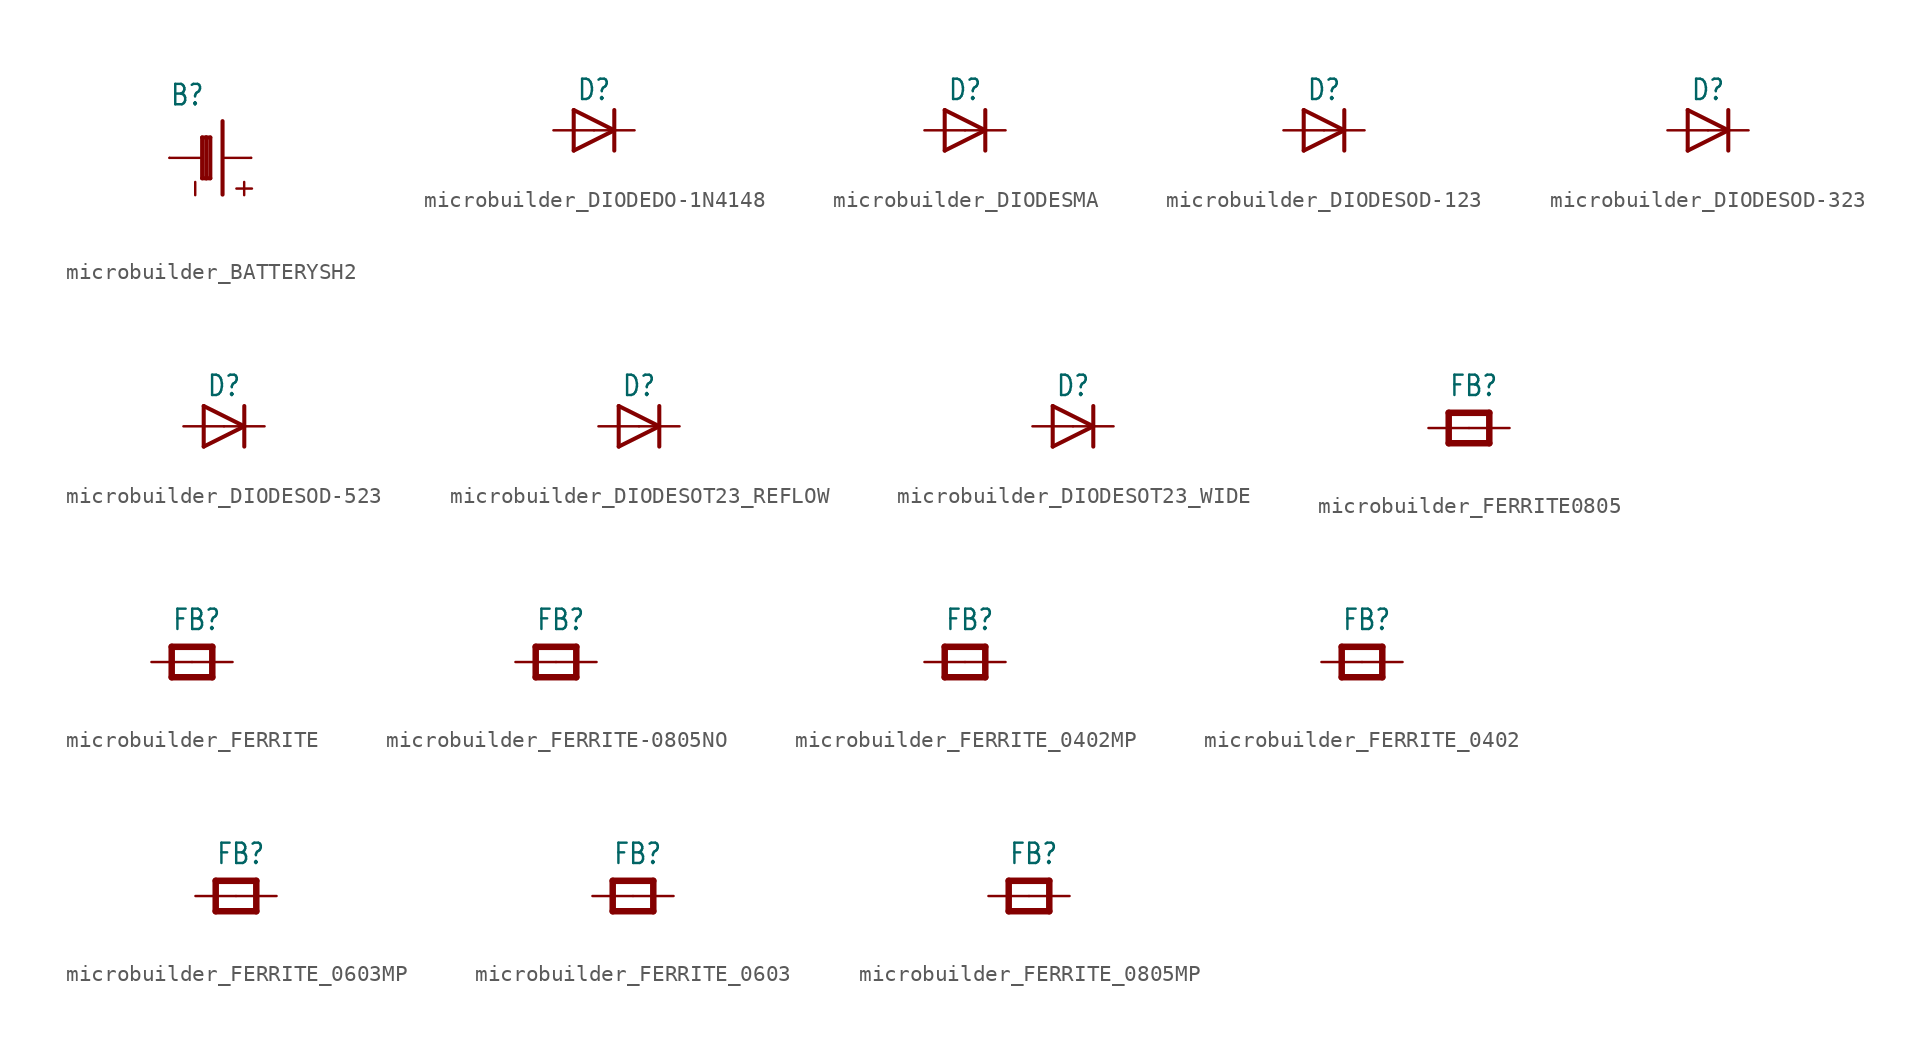
<source format=kicad_sym>
(kicad_symbol_lib
  (version 20241209)
  (generator "kicad_symbol_editor")
  (generator_version "9.0")
  (symbol "microbuilder_BATTERYSH2"
    (property "Reference" "B"
      (at -2.54 3.175 0)
      (effects (font (size 1.27 1.079)) (justify left bottom)))
    (property "Value" ""
      (at -2.54 -5.08 0)
      (effects (font (size 1.27 1.079)) (justify left bottom)))
    (property "ki_locked" ""
      (at 0 0 0)
      (effects (font (size 1.27 1.27))))
    (symbol "microbuilder_BATTERYSH2_1_0"
      (polyline (pts (xy -2.54 0) (xy -0.635 0)) (stroke (width 0.152) (type solid)) (fill (type none)))
      (polyline (pts (xy -0.508 1.27) (xy -0.254 1.27)) (stroke (width 0.254) (type solid)) (fill (type none)))
      (polyline (pts (xy -0.508 -1.27) (xy -0.508 1.27)) (stroke (width 0.254) (type solid)) (fill (type none)))
      (polyline (pts (xy -0.254 1.27) (xy -0.254 -1.27)) (stroke (width 0.254) (type solid)) (fill (type none)))
      (polyline (pts (xy -0.254 1.27) (xy 0 1.27)) (stroke (width 0.254) (type solid)) (fill (type none)))
      (polyline (pts (xy -0.254 -1.27) (xy -0.508 -1.27)) (stroke (width 0.254) (type solid)) (fill (type none)))
      (polyline (pts (xy 0 1.27) (xy 0 -1.27)) (stroke (width 0.254) (type solid)) (fill (type none)))
      (polyline (pts (xy 0 -1.27) (xy -0.254 -1.27)) (stroke (width 0.254) (type solid)) (fill (type none)))
      (polyline (pts (xy 0.762 2.286) (xy 0.762 -2.286)) (stroke (width 0.254) (type solid)) (fill (type none)))
      (polyline (pts (xy 0.889 0) (xy 2.54 0)) (stroke (width 0.152) (type solid)) (fill (type none)))
      (text "-" (at -1.778 -1.143 900) (effects (font (size 1.27 1.079)) (justify right top)))
      (text "+" (at 1.27 -1.143 900) (effects (font (size 1.27 1.079)) (justify right top)))
      (pin passive line (at -2.54 0 0) (length 0) (name "-" (effects (font (size 0 0)))) (number "1" (effects (font (size 0 0)))))
      (pin passive line (at 2.54 0 180) (length 0) (name "+" (effects (font (size 0 0)))) (number "2" (effects (font (size 0 0)))))))
  (symbol "microbuilder_DIODEDO-1N4148"
    (property "Reference" "D"
      (at 0 2.54 0)
      (effects (font (size 1.27 1.079))))
    (property "Value" ""
      (at 0 -2.5 0)
      (effects (font (size 1.27 1.079))))
    (property "ki_locked" ""
      (at 0 0 0)
      (effects (font (size 1.27 1.27))))
    (symbol "microbuilder_DIODEDO-1N4148_1_0"
      (polyline (pts (xy -1.27 1.27) (xy -1.27 -1.27)) (stroke (width 0.254) (type solid)) (fill (type none)))
      (polyline (pts (xy -1.27 -1.27) (xy 1.27 0)) (stroke (width 0.254) (type solid)) (fill (type none)))
      (polyline (pts (xy 1.27 1.27) (xy 1.27 0)) (stroke (width 0.254) (type solid)) (fill (type none)))
      (polyline (pts (xy 1.27 0) (xy -1.27 1.27)) (stroke (width 0.254) (type solid)) (fill (type none)))
      (polyline (pts (xy 1.27 0) (xy 1.27 -1.27)) (stroke (width 0.254) (type solid)) (fill (type none)))
      (pin passive line (at -2.54 0 0) (length 2.54) (name "A" (effects (font (size 0 0)))) (number "A" (effects (font (size 0 0)))))
      (pin passive line (at 2.54 0 180) (length 2.54) (name "C" (effects (font (size 0 0)))) (number "C" (effects (font (size 0 0)))))))
  (symbol "microbuilder_DIODESMA"
    (property "Reference" "D"
      (at 0 2.54 0)
      (effects (font (size 1.27 1.079))))
    (property "Value" ""
      (at 0 -2.5 0)
      (effects (font (size 1.27 1.079))))
    (property "ki_locked" ""
      (at 0 0 0)
      (effects (font (size 1.27 1.27))))
    (symbol "microbuilder_DIODESMA_1_0"
      (polyline (pts (xy -1.27 1.27) (xy -1.27 -1.27)) (stroke (width 0.254) (type solid)) (fill (type none)))
      (polyline (pts (xy -1.27 -1.27) (xy 1.27 0)) (stroke (width 0.254) (type solid)) (fill (type none)))
      (polyline (pts (xy 1.27 1.27) (xy 1.27 0)) (stroke (width 0.254) (type solid)) (fill (type none)))
      (polyline (pts (xy 1.27 0) (xy -1.27 1.27)) (stroke (width 0.254) (type solid)) (fill (type none)))
      (polyline (pts (xy 1.27 0) (xy 1.27 -1.27)) (stroke (width 0.254) (type solid)) (fill (type none)))
      (pin passive line (at -2.54 0 0) (length 2.54) (name "A" (effects (font (size 0 0)))) (number "A" (effects (font (size 0 0)))))
      (pin passive line (at 2.54 0 180) (length 2.54) (name "C" (effects (font (size 0 0)))) (number "C" (effects (font (size 0 0)))))))
  (symbol "microbuilder_DIODESOD-123"
    (property "Reference" "D"
      (at 0 2.54 0)
      (effects (font (size 1.27 1.079))))
    (property "Value" ""
      (at 0 -2.5 0)
      (effects (font (size 1.27 1.079))))
    (property "ki_locked" ""
      (at 0 0 0)
      (effects (font (size 1.27 1.27))))
    (symbol "microbuilder_DIODESOD-123_1_0"
      (polyline (pts (xy -1.27 1.27) (xy -1.27 -1.27)) (stroke (width 0.254) (type solid)) (fill (type none)))
      (polyline (pts (xy -1.27 -1.27) (xy 1.27 0)) (stroke (width 0.254) (type solid)) (fill (type none)))
      (polyline (pts (xy 1.27 1.27) (xy 1.27 0)) (stroke (width 0.254) (type solid)) (fill (type none)))
      (polyline (pts (xy 1.27 0) (xy -1.27 1.27)) (stroke (width 0.254) (type solid)) (fill (type none)))
      (polyline (pts (xy 1.27 0) (xy 1.27 -1.27)) (stroke (width 0.254) (type solid)) (fill (type none)))
      (pin passive line (at -2.54 0 0) (length 2.54) (name "A" (effects (font (size 0 0)))) (number "A" (effects (font (size 0 0)))))
      (pin passive line (at 2.54 0 180) (length 2.54) (name "C" (effects (font (size 0 0)))) (number "C" (effects (font (size 0 0)))))))
  (symbol "microbuilder_DIODESOD-323"
    (property "Reference" "D"
      (at 0 2.54 0)
      (effects (font (size 1.27 1.079))))
    (property "Value" ""
      (at 0 -2.5 0)
      (effects (font (size 1.27 1.079))))
    (property "ki_locked" ""
      (at 0 0 0)
      (effects (font (size 1.27 1.27))))
    (symbol "microbuilder_DIODESOD-323_1_0"
      (polyline (pts (xy -1.27 1.27) (xy -1.27 -1.27)) (stroke (width 0.254) (type solid)) (fill (type none)))
      (polyline (pts (xy -1.27 -1.27) (xy 1.27 0)) (stroke (width 0.254) (type solid)) (fill (type none)))
      (polyline (pts (xy 1.27 1.27) (xy 1.27 0)) (stroke (width 0.254) (type solid)) (fill (type none)))
      (polyline (pts (xy 1.27 0) (xy -1.27 1.27)) (stroke (width 0.254) (type solid)) (fill (type none)))
      (polyline (pts (xy 1.27 0) (xy 1.27 -1.27)) (stroke (width 0.254) (type solid)) (fill (type none)))
      (pin passive line (at -2.54 0 0) (length 2.54) (name "A" (effects (font (size 0 0)))) (number "A" (effects (font (size 0 0)))))
      (pin passive line (at 2.54 0 180) (length 2.54) (name "C" (effects (font (size 0 0)))) (number "C" (effects (font (size 0 0)))))))
  (symbol "microbuilder_DIODESOD-523"
    (property "Reference" "D"
      (at 0 2.54 0)
      (effects (font (size 1.27 1.079))))
    (property "Value" ""
      (at 0 -2.5 0)
      (effects (font (size 1.27 1.079))))
    (property "ki_locked" ""
      (at 0 0 0)
      (effects (font (size 1.27 1.27))))
    (symbol "microbuilder_DIODESOD-523_1_0"
      (polyline (pts (xy -1.27 1.27) (xy -1.27 -1.27)) (stroke (width 0.254) (type solid)) (fill (type none)))
      (polyline (pts (xy -1.27 -1.27) (xy 1.27 0)) (stroke (width 0.254) (type solid)) (fill (type none)))
      (polyline (pts (xy 1.27 1.27) (xy 1.27 0)) (stroke (width 0.254) (type solid)) (fill (type none)))
      (polyline (pts (xy 1.27 0) (xy -1.27 1.27)) (stroke (width 0.254) (type solid)) (fill (type none)))
      (polyline (pts (xy 1.27 0) (xy 1.27 -1.27)) (stroke (width 0.254) (type solid)) (fill (type none)))
      (pin passive line (at -2.54 0 0) (length 2.54) (name "A" (effects (font (size 0 0)))) (number "A" (effects (font (size 0 0)))))
      (pin passive line (at 2.54 0 180) (length 2.54) (name "C" (effects (font (size 0 0)))) (number "K" (effects (font (size 0 0)))))))
  (symbol "microbuilder_DIODESOT23_REFLOW"
    (property "Reference" "D"
      (at 0 2.54 0)
      (effects (font (size 1.27 1.079))))
    (property "Value" ""
      (at 0 -2.5 0)
      (effects (font (size 1.27 1.079))))
    (property "ki_locked" ""
      (at 0 0 0)
      (effects (font (size 1.27 1.27))))
    (symbol "microbuilder_DIODESOT23_REFLOW_1_0"
      (polyline (pts (xy -1.27 1.27) (xy -1.27 -1.27)) (stroke (width 0.254) (type solid)) (fill (type none)))
      (polyline (pts (xy -1.27 -1.27) (xy 1.27 0)) (stroke (width 0.254) (type solid)) (fill (type none)))
      (polyline (pts (xy 1.27 1.27) (xy 1.27 0)) (stroke (width 0.254) (type solid)) (fill (type none)))
      (polyline (pts (xy 1.27 0) (xy -1.27 1.27)) (stroke (width 0.254) (type solid)) (fill (type none)))
      (polyline (pts (xy 1.27 0) (xy 1.27 -1.27)) (stroke (width 0.254) (type solid)) (fill (type none)))
      (pin passive line (at -2.54 0 0) (length 2.54) (name "A" (effects (font (size 0 0)))) (number "1" (effects (font (size 0 0)))))
      (pin passive line (at 2.54 0 180) (length 2.54) (name "C" (effects (font (size 0 0)))) (number "3" (effects (font (size 0 0)))))))
  (symbol "microbuilder_DIODESOT23_WIDE"
    (property "Reference" "D"
      (at 0 2.54 0)
      (effects (font (size 1.27 1.079))))
    (property "Value" ""
      (at 0 -2.5 0)
      (effects (font (size 1.27 1.079))))
    (property "ki_locked" ""
      (at 0 0 0)
      (effects (font (size 1.27 1.27))))
    (symbol "microbuilder_DIODESOT23_WIDE_1_0"
      (polyline (pts (xy -1.27 1.27) (xy -1.27 -1.27)) (stroke (width 0.254) (type solid)) (fill (type none)))
      (polyline (pts (xy -1.27 -1.27) (xy 1.27 0)) (stroke (width 0.254) (type solid)) (fill (type none)))
      (polyline (pts (xy 1.27 1.27) (xy 1.27 0)) (stroke (width 0.254) (type solid)) (fill (type none)))
      (polyline (pts (xy 1.27 0) (xy -1.27 1.27)) (stroke (width 0.254) (type solid)) (fill (type none)))
      (polyline (pts (xy 1.27 0) (xy 1.27 -1.27)) (stroke (width 0.254) (type solid)) (fill (type none)))
      (pin passive line (at -2.54 0 0) (length 2.54) (name "A" (effects (font (size 0 0)))) (number "1" (effects (font (size 0 0)))))
      (pin passive line (at 2.54 0 180) (length 2.54) (name "C" (effects (font (size 0 0)))) (number "3" (effects (font (size 0 0)))))))
  (symbol "microbuilder_FERRITE0805"
    (property "Reference" "FB"
      (at -1.27 1.905 0)
      (effects (font (size 1.27 1.079)) (justify left bottom)))
    (property "Value" ""
      (at -1.27 -3.175 0)
      (effects (font (size 1.27 1.079)) (justify left bottom)))
    (property "ki_locked" ""
      (at 0 0 0)
      (effects (font (size 1.27 1.27))))
    (symbol "microbuilder_FERRITE0805_1_0"
      (polyline (pts (xy -1.27 0.953) (xy 1.27 0.953)) (stroke (width 0.406) (type solid)) (fill (type none)))
      (polyline (pts (xy -1.27 -0.953) (xy -1.27 0.953)) (stroke (width 0.406) (type solid)) (fill (type none)))
      (polyline (pts (xy 1.27 0.953) (xy 1.27 -0.953)) (stroke (width 0.406) (type solid)) (fill (type none)))
      (polyline (pts (xy 1.27 -0.953) (xy -1.27 -0.953)) (stroke (width 0.406) (type solid)) (fill (type none)))
      (pin passive line (at -2.54 0 0) (length 2.54) (name "P$1" (effects (font (size 0 0)))) (number "1" (effects (font (size 0 0)))))
      (pin passive line (at 2.54 0 180) (length 2.54) (name "P$2" (effects (font (size 0 0)))) (number "2" (effects (font (size 0 0)))))))
  (symbol "microbuilder_FERRITE"
    (property "Reference" "FB"
      (at -1.27 1.905 0)
      (effects (font (size 1.27 1.079)) (justify left bottom)))
    (property "Value" ""
      (at -1.27 -3.175 0)
      (effects (font (size 1.27 1.079)) (justify left bottom)))
    (property "ki_locked" ""
      (at 0 0 0)
      (effects (font (size 1.27 1.27))))
    (symbol "microbuilder_FERRITE_1_0"
      (polyline (pts (xy -1.27 0.953) (xy 1.27 0.953)) (stroke (width 0.406) (type solid)) (fill (type none)))
      (polyline (pts (xy -1.27 -0.953) (xy -1.27 0.953)) (stroke (width 0.406) (type solid)) (fill (type none)))
      (polyline (pts (xy 1.27 0.953) (xy 1.27 -0.953)) (stroke (width 0.406) (type solid)) (fill (type none)))
      (polyline (pts (xy 1.27 -0.953) (xy -1.27 -0.953)) (stroke (width 0.406) (type solid)) (fill (type none)))
      (pin passive line (at -2.54 0 0) (length 2.54) (name "P$1" (effects (font (size 0 0)))) (number "1" (effects (font (size 0 0)))))
      (pin passive line (at 2.54 0 180) (length 2.54) (name "P$2" (effects (font (size 0 0)))) (number "2" (effects (font (size 0 0)))))))
  (symbol "microbuilder_FERRITE-0805NO"
    (property "Reference" "FB"
      (at -1.27 1.905 0)
      (effects (font (size 1.27 1.079)) (justify left bottom)))
    (property "Value" ""
      (at -1.27 -3.175 0)
      (effects (font (size 1.27 1.079)) (justify left bottom)))
    (property "ki_locked" ""
      (at 0 0 0)
      (effects (font (size 1.27 1.27))))
    (symbol "microbuilder_FERRITE-0805NO_1_0"
      (polyline (pts (xy -1.27 0.953) (xy 1.27 0.953)) (stroke (width 0.406) (type solid)) (fill (type none)))
      (polyline (pts (xy -1.27 -0.953) (xy -1.27 0.953)) (stroke (width 0.406) (type solid)) (fill (type none)))
      (polyline (pts (xy 1.27 0.953) (xy 1.27 -0.953)) (stroke (width 0.406) (type solid)) (fill (type none)))
      (polyline (pts (xy 1.27 -0.953) (xy -1.27 -0.953)) (stroke (width 0.406) (type solid)) (fill (type none)))
      (pin passive line (at -2.54 0 0) (length 2.54) (name "P$1" (effects (font (size 0 0)))) (number "1" (effects (font (size 0 0)))))
      (pin passive line (at 2.54 0 180) (length 2.54) (name "P$2" (effects (font (size 0 0)))) (number "2" (effects (font (size 0 0)))))))
  (symbol "microbuilder_FERRITE_0402MP"
    (property "Reference" "FB"
      (at -1.27 1.905 0)
      (effects (font (size 1.27 1.079)) (justify left bottom)))
    (property "Value" ""
      (at -1.27 -3.175 0)
      (effects (font (size 1.27 1.079)) (justify left bottom)))
    (property "ki_locked" ""
      (at 0 0 0)
      (effects (font (size 1.27 1.27))))
    (symbol "microbuilder_FERRITE_0402MP_1_0"
      (polyline (pts (xy -1.27 0.953) (xy 1.27 0.953)) (stroke (width 0.406) (type solid)) (fill (type none)))
      (polyline (pts (xy -1.27 -0.953) (xy -1.27 0.953)) (stroke (width 0.406) (type solid)) (fill (type none)))
      (polyline (pts (xy 1.27 0.953) (xy 1.27 -0.953)) (stroke (width 0.406) (type solid)) (fill (type none)))
      (polyline (pts (xy 1.27 -0.953) (xy -1.27 -0.953)) (stroke (width 0.406) (type solid)) (fill (type none)))
      (pin passive line (at -2.54 0 0) (length 2.54) (name "P$1" (effects (font (size 0 0)))) (number "1" (effects (font (size 0 0)))))
      (pin passive line (at 2.54 0 180) (length 2.54) (name "P$2" (effects (font (size 0 0)))) (number "2" (effects (font (size 0 0)))))))
  (symbol "microbuilder_FERRITE_0402"
    (property "Reference" "FB"
      (at -1.27 1.905 0)
      (effects (font (size 1.27 1.079)) (justify left bottom)))
    (property "Value" ""
      (at -1.27 -3.175 0)
      (effects (font (size 1.27 1.079)) (justify left bottom)))
    (property "ki_locked" ""
      (at 0 0 0)
      (effects (font (size 1.27 1.27))))
    (symbol "microbuilder_FERRITE_0402_1_0"
      (polyline (pts (xy -1.27 0.953) (xy 1.27 0.953)) (stroke (width 0.406) (type solid)) (fill (type none)))
      (polyline (pts (xy -1.27 -0.953) (xy -1.27 0.953)) (stroke (width 0.406) (type solid)) (fill (type none)))
      (polyline (pts (xy 1.27 0.953) (xy 1.27 -0.953)) (stroke (width 0.406) (type solid)) (fill (type none)))
      (polyline (pts (xy 1.27 -0.953) (xy -1.27 -0.953)) (stroke (width 0.406) (type solid)) (fill (type none)))
      (pin passive line (at -2.54 0 0) (length 2.54) (name "P$1" (effects (font (size 0 0)))) (number "1" (effects (font (size 0 0)))))
      (pin passive line (at 2.54 0 180) (length 2.54) (name "P$2" (effects (font (size 0 0)))) (number "2" (effects (font (size 0 0)))))))
  (symbol "microbuilder_FERRITE_0603MP"
    (property "Reference" "FB"
      (at -1.27 1.905 0)
      (effects (font (size 1.27 1.079)) (justify left bottom)))
    (property "Value" ""
      (at -1.27 -3.175 0)
      (effects (font (size 1.27 1.079)) (justify left bottom)))
    (property "ki_locked" ""
      (at 0 0 0)
      (effects (font (size 1.27 1.27))))
    (symbol "microbuilder_FERRITE_0603MP_1_0"
      (polyline (pts (xy -1.27 0.953) (xy 1.27 0.953)) (stroke (width 0.406) (type solid)) (fill (type none)))
      (polyline (pts (xy -1.27 -0.953) (xy -1.27 0.953)) (stroke (width 0.406) (type solid)) (fill (type none)))
      (polyline (pts (xy 1.27 0.953) (xy 1.27 -0.953)) (stroke (width 0.406) (type solid)) (fill (type none)))
      (polyline (pts (xy 1.27 -0.953) (xy -1.27 -0.953)) (stroke (width 0.406) (type solid)) (fill (type none)))
      (pin passive line (at -2.54 0 0) (length 2.54) (name "P$1" (effects (font (size 0 0)))) (number "1" (effects (font (size 0 0)))))
      (pin passive line (at 2.54 0 180) (length 2.54) (name "P$2" (effects (font (size 0 0)))) (number "2" (effects (font (size 0 0)))))))
  (symbol "microbuilder_FERRITE_0603"
    (property "Reference" "FB"
      (at -1.27 1.905 0)
      (effects (font (size 1.27 1.079)) (justify left bottom)))
    (property "Value" ""
      (at -1.27 -3.175 0)
      (effects (font (size 1.27 1.079)) (justify left bottom)))
    (property "ki_locked" ""
      (at 0 0 0)
      (effects (font (size 1.27 1.27))))
    (symbol "microbuilder_FERRITE_0603_1_0"
      (polyline (pts (xy -1.27 0.953) (xy 1.27 0.953)) (stroke (width 0.406) (type solid)) (fill (type none)))
      (polyline (pts (xy -1.27 -0.953) (xy -1.27 0.953)) (stroke (width 0.406) (type solid)) (fill (type none)))
      (polyline (pts (xy 1.27 0.953) (xy 1.27 -0.953)) (stroke (width 0.406) (type solid)) (fill (type none)))
      (polyline (pts (xy 1.27 -0.953) (xy -1.27 -0.953)) (stroke (width 0.406) (type solid)) (fill (type none)))
      (pin passive line (at -2.54 0 0) (length 2.54) (name "P$1" (effects (font (size 0 0)))) (number "1" (effects (font (size 0 0)))))
      (pin passive line (at 2.54 0 180) (length 2.54) (name "P$2" (effects (font (size 0 0)))) (number "2" (effects (font (size 0 0)))))))
  (symbol "microbuilder_FERRITE_0805MP"
    (property "Reference" "FB"
      (at -1.27 1.905 0)
      (effects (font (size 1.27 1.079)) (justify left bottom)))
    (property "Value" ""
      (at -1.27 -3.175 0)
      (effects (font (size 1.27 1.079)) (justify left bottom)))
    (property "ki_locked" ""
      (at 0 0 0)
      (effects (font (size 1.27 1.27))))
    (symbol "microbuilder_FERRITE_0805MP_1_0"
      (polyline (pts (xy -1.27 0.953) (xy 1.27 0.953)) (stroke (width 0.406) (type solid)) (fill (type none)))
      (polyline (pts (xy -1.27 -0.953) (xy -1.27 0.953)) (stroke (width 0.406) (type solid)) (fill (type none)))
      (polyline (pts (xy 1.27 0.953) (xy 1.27 -0.953)) (stroke (width 0.406) (type solid)) (fill (type none)))
      (polyline (pts (xy 1.27 -0.953) (xy -1.27 -0.953)) (stroke (width 0.406) (type solid)) (fill (type none)))
      (pin passive line (at -2.54 0 0) (length 2.54) (name "P$1" (effects (font (size 0 0)))) (number "1" (effects (font (size 0 0)))))
      (pin passive line (at 2.54 0 180) (length 2.54) (name "P$2" (effects (font (size 0 0)))) (number "2" (effects (font (size 0 0))))))))
</source>
